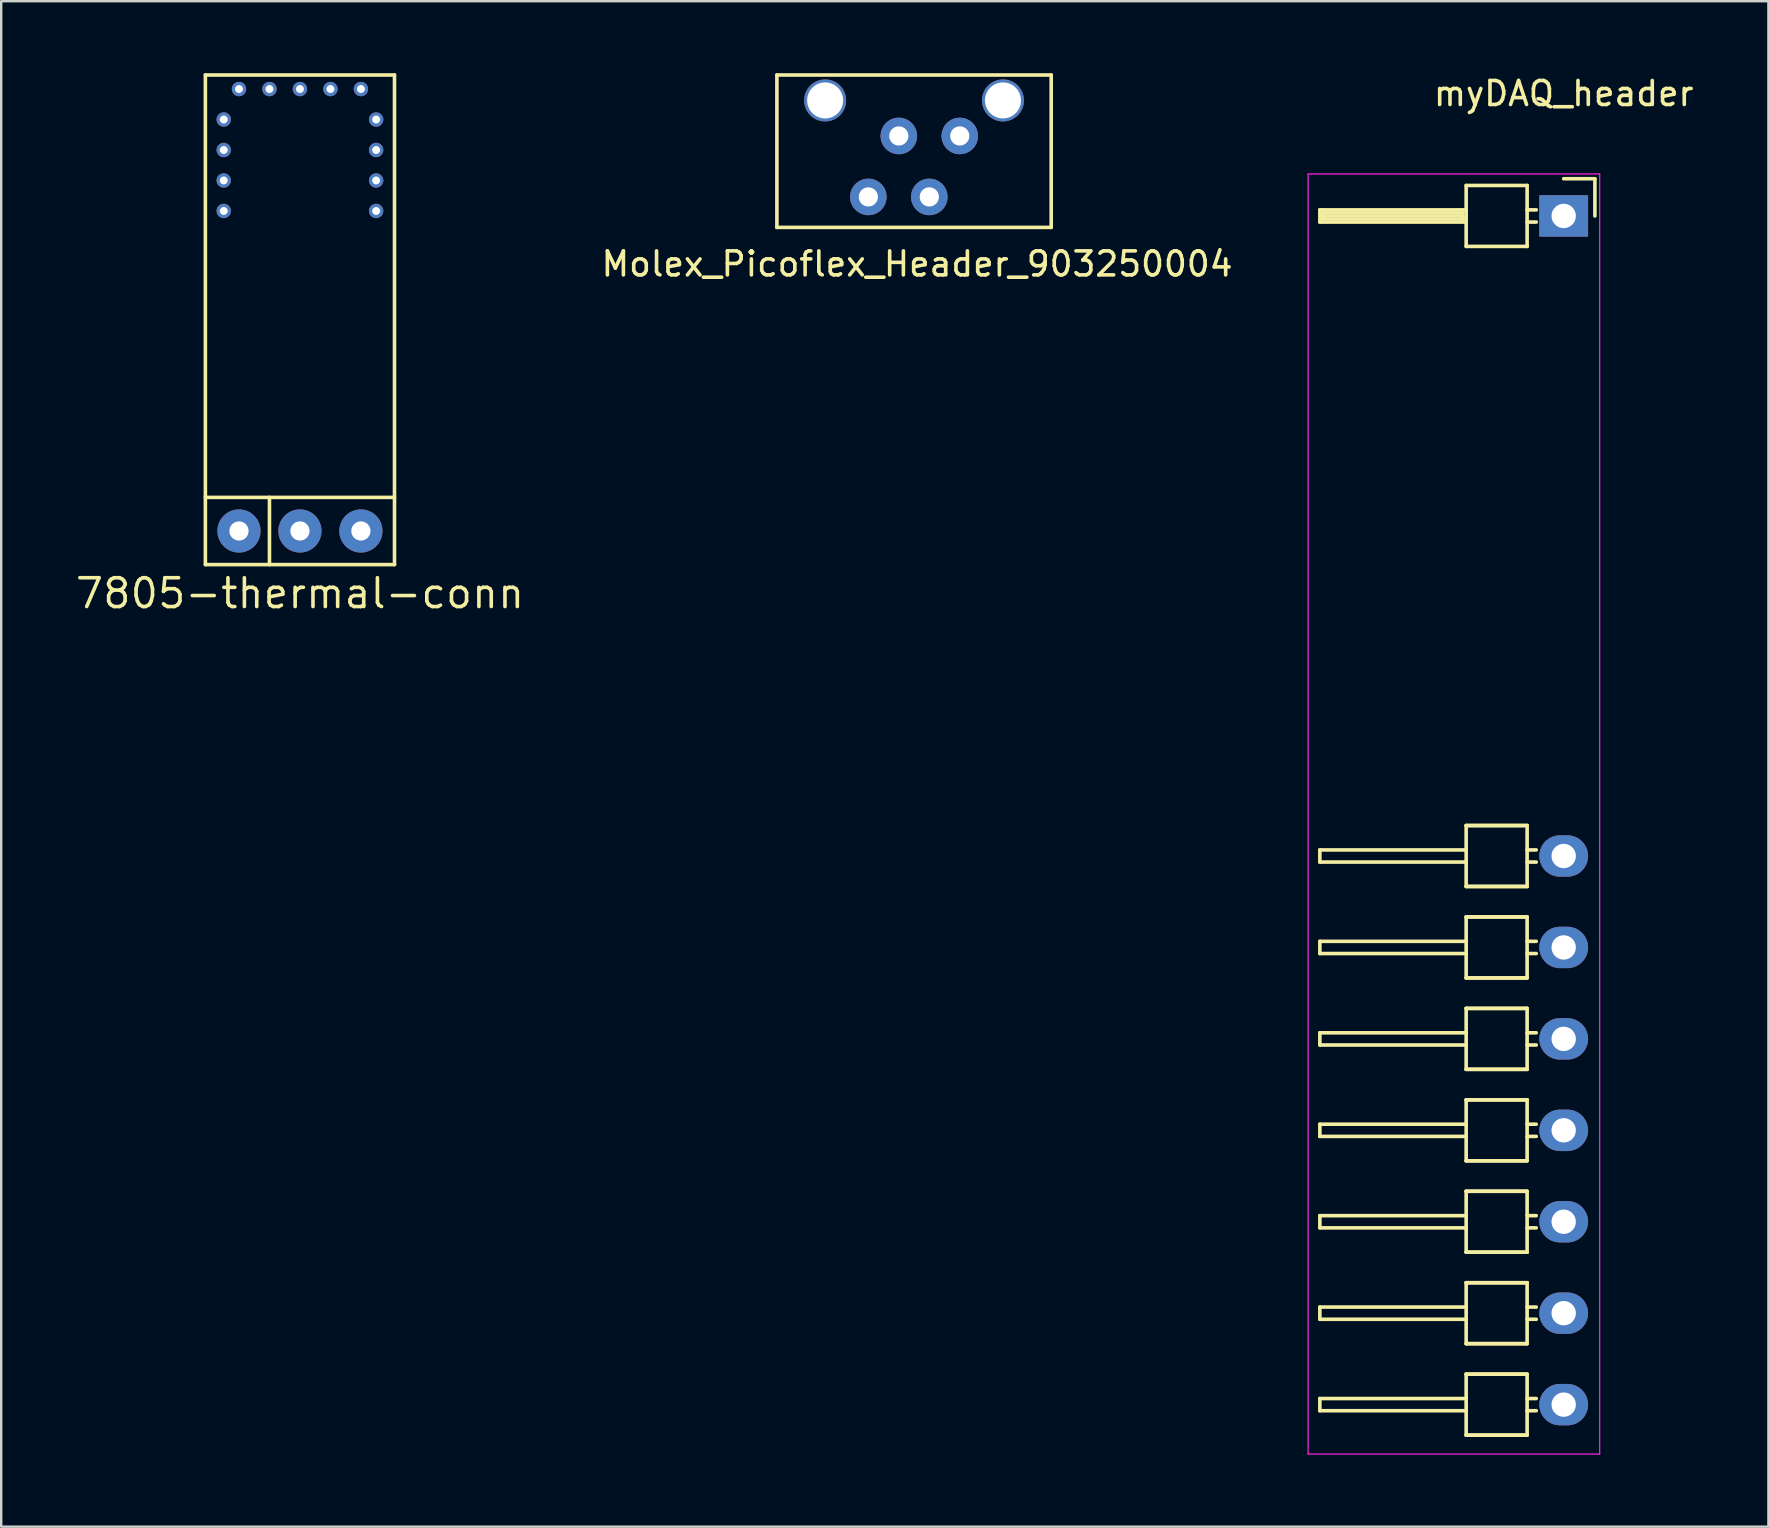
<source format=kicad_pcb>
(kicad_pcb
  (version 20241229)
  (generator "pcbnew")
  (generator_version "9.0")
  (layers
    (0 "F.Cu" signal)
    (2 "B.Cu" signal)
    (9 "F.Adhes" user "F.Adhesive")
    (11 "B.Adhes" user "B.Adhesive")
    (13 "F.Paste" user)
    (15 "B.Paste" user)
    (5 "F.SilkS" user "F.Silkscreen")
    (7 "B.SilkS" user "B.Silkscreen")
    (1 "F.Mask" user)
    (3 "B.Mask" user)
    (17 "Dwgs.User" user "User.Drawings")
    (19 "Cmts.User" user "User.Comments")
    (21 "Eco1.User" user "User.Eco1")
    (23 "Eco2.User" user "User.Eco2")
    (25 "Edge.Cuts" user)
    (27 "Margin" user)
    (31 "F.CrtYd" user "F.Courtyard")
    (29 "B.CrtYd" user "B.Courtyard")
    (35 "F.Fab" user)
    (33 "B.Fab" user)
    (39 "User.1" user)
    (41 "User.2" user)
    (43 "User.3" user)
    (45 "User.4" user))
  (footprint "7805-thermal-conn"
    (layer "F.Cu")
    (at 9.448 19.075)
    (property "Reference" "7805-thermal-conn" (at 0 2.6 0) (layer "F.SilkS") (effects (font (size 1.2 1.2) (thickness 0.15))))
    (attr through_hole)
    (fp_line (start -3.94 -19) (end 3.94 -19) (stroke (width 0.15) (type solid)) (layer "F.SilkS"))
    (fp_line (start -3.94 1.4) (end -3.94 -19) (stroke (width 0.15) (type solid)) (layer "F.SilkS"))
    (fp_line (start -1.27 -1.4) (end -1.27 1.4) (stroke (width 0.15) (type solid)) (layer "F.SilkS"))
    (fp_line (start 3.94 -19) (end 3.94 1.4) (stroke (width 0.15) (type solid)) (layer "F.SilkS"))
    (fp_line (start 3.94 -1.4) (end -3.94 -1.4) (stroke (width 0.15) (type solid)) (layer "F.SilkS"))
    (fp_line (start 3.94 1.4) (end -3.94 1.4) (stroke (width 0.15) (type solid)) (layer "F.SilkS"))
    (pad "1" thru_hole circle (at -2.54 0) (size 1.8 1.8) (drill 0.8) (layers "*.Cu" "*.Mask"))
    (pad "2" thru_hole circle (at -3.175 -17.145) (size 0.6 0.6) (drill 0.33) (layers "*.Cu" "*.Mask"))
    (pad "2" thru_hole circle (at -3.175 -15.875) (size 0.6 0.6) (drill 0.33) (layers "*.Cu" "*.Mask"))
    (pad "2" thru_hole circle (at -3.175 -14.605) (size 0.6 0.6) (drill 0.33) (layers "*.Cu" "*.Mask"))
    (pad "2" thru_hole circle (at -3.175 -13.335) (size 0.6 0.6) (drill 0.33) (layers "*.Cu" "*.Mask"))
    (pad "2" thru_hole circle (at -2.54 -18.415) (size 0.6 0.6) (drill 0.33) (layers "*.Cu" "*.Mask"))
    (pad "2" thru_hole circle (at -1.27 -18.415) (size 0.6 0.6) (drill 0.33) (layers "*.Cu" "*.Mask"))
    (pad "2" thru_hole circle (at 0 -18.415) (size 0.6 0.6) (drill 0.33) (layers "*.Cu" "*.Mask"))
    (pad "2" thru_hole circle (at 0 0) (size 1.8 1.8) (drill 0.8) (layers "*.Cu" "*.Mask"))
    (pad "2" thru_hole circle (at 1.27 -18.415) (size 0.6 0.6) (drill 0.33) (layers "*.Cu" "*.Mask"))
    (pad "2" thru_hole circle (at 2.54 -18.415) (size 0.6 0.6) (drill 0.33) (layers "*.Cu" "*.Mask"))
    (pad "2" thru_hole circle (at 3.175 -17.145) (size 0.6 0.6) (drill 0.33) (layers "*.Cu" "*.Mask"))
    (pad "2" thru_hole circle (at 3.175 -15.875) (size 0.6 0.6) (drill 0.33) (layers "*.Cu" "*.Mask"))
    (pad "2" thru_hole circle (at 3.175 -14.605) (size 0.6 0.6) (drill 0.33) (layers "*.Cu" "*.Mask"))
    (pad "2" thru_hole circle (at 3.175 -13.335) (size 0.6 0.6) (drill 0.33) (layers "*.Cu" "*.Mask"))
    (pad "3" thru_hole circle (at 2.54 0) (size 1.8 1.8) (drill 0.8) (layers "*.Cu" "*.Mask")))
  (footprint "myDAQ_header"
    (layer "F.Cu")
    (at 62.106 5.948)
    (property "Reference" "myDAQ_header" (at 0 -5.1 0) (layer "F.SilkS") (effects (font (size 1 1) (thickness 0.15))))
    (attr through_hole)
    (fp_line (start -10.16 -0.254) (end -10.16 0.254) (stroke (width 0.15) (type solid)) (layer "F.SilkS"))
    (fp_line (start -10.16 0.254) (end -4.064 0.254) (stroke (width 0.15) (type solid)) (layer "F.SilkS"))
    (fp_line (start -10.16 26.416) (end -10.16 26.924) (stroke (width 0.15) (type solid)) (layer "F.SilkS"))
    (fp_line (start -10.16 26.924) (end -4.064 26.924) (stroke (width 0.15) (type solid)) (layer "F.SilkS"))
    (fp_line (start -10.16 30.226) (end -10.16 30.734) (stroke (width 0.15) (type solid)) (layer "F.SilkS"))
    (fp_line (start -10.16 30.734) (end -4.064 30.734) (stroke (width 0.15) (type solid)) (layer "F.SilkS"))
    (fp_line (start -10.16 34.036) (end -10.16 34.544) (stroke (width 0.15) (type solid)) (layer "F.SilkS"))
    (fp_line (start -10.16 34.544) (end -4.064 34.544) (stroke (width 0.15) (type solid)) (layer "F.SilkS"))
    (fp_line (start -10.16 37.846) (end -10.16 38.354) (stroke (width 0.15) (type solid)) (layer "F.SilkS"))
    (fp_line (start -10.16 38.354) (end -4.064 38.354) (stroke (width 0.15) (type solid)) (layer "F.SilkS"))
    (fp_line (start -10.16 41.656) (end -10.16 42.164) (stroke (width 0.15) (type solid)) (layer "F.SilkS"))
    (fp_line (start -10.16 42.164) (end -4.064 42.164) (stroke (width 0.15) (type solid)) (layer "F.SilkS"))
    (fp_line (start -10.16 45.466) (end -10.16 45.974) (stroke (width 0.15) (type solid)) (layer "F.SilkS"))
    (fp_line (start -10.16 45.974) (end -4.064 45.974) (stroke (width 0.15) (type solid)) (layer "F.SilkS"))
    (fp_line (start -10.16 49.276) (end -10.16 49.784) (stroke (width 0.15) (type solid)) (layer "F.SilkS"))
    (fp_line (start -10.16 49.784) (end -4.064 49.784) (stroke (width 0.15) (type solid)) (layer "F.SilkS"))
    (fp_line (start -10.033 -0.127) (end -10.033 0.127) (stroke (width 0.15) (type solid)) (layer "F.SilkS"))
    (fp_line (start -10.033 0.127) (end -4.191 0.127) (stroke (width 0.15) (type solid)) (layer "F.SilkS"))
    (fp_line (start -4.191 -0.127) (end -10.033 -0.127) (stroke (width 0.15) (type solid)) (layer "F.SilkS"))
    (fp_line (start -4.191 0) (end -10.033 0) (stroke (width 0.15) (type solid)) (layer "F.SilkS"))
    (fp_line (start -4.191 0.127) (end -4.191 0) (stroke (width 0.15) (type solid)) (layer "F.SilkS"))
    (fp_line (start -4.064 -0.254) (end -10.16 -0.254) (stroke (width 0.15) (type solid)) (layer "F.SilkS"))
    (fp_line (start -4.064 1.27) (end -4.064 -1.27) (stroke (width 0.15) (type solid)) (layer "F.SilkS"))
    (fp_line (start -4.064 26.416) (end -10.16 26.416) (stroke (width 0.15) (type solid)) (layer "F.SilkS"))
    (fp_line (start -4.064 27.94) (end -4.064 25.4) (stroke (width 0.15) (type solid)) (layer "F.SilkS"))
    (fp_line (start -4.064 30.226) (end -10.16 30.226) (stroke (width 0.15) (type solid)) (layer "F.SilkS"))
    (fp_line (start -4.064 31.75) (end -4.064 29.21) (stroke (width 0.15) (type solid)) (layer "F.SilkS"))
    (fp_line (start -4.064 34.036) (end -10.16 34.036) (stroke (width 0.15) (type solid)) (layer "F.SilkS"))
    (fp_line (start -4.064 35.56) (end -4.064 33.02) (stroke (width 0.15) (type solid)) (layer "F.SilkS"))
    (fp_line (start -4.064 37.846) (end -10.16 37.846) (stroke (width 0.15) (type solid)) (layer "F.SilkS"))
    (fp_line (start -4.064 39.37) (end -4.064 36.83) (stroke (width 0.15) (type solid)) (layer "F.SilkS"))
    (fp_line (start -4.064 41.656) (end -10.16 41.656) (stroke (width 0.15) (type solid)) (layer "F.SilkS"))
    (fp_line (start -4.064 43.18) (end -4.064 40.64) (stroke (width 0.15) (type solid)) (layer "F.SilkS"))
    (fp_line (start -4.064 45.466) (end -10.16 45.466) (stroke (width 0.15) (type solid)) (layer "F.SilkS"))
    (fp_line (start -4.064 46.99) (end -4.064 44.45) (stroke (width 0.15) (type solid)) (layer "F.SilkS"))
    (fp_line (start -4.064 49.276) (end -10.16 49.276) (stroke (width 0.15) (type solid)) (layer "F.SilkS"))
    (fp_line (start -4.064 50.8) (end -4.064 48.26) (stroke (width 0.15) (type solid)) (layer "F.SilkS"))
    (fp_line (start -1.524 -1.27) (end -4.064 -1.27) (stroke (width 0.15) (type solid)) (layer "F.SilkS"))
    (fp_line (start -1.524 -1.27) (end -1.524 1.27) (stroke (width 0.15) (type solid)) (layer "F.SilkS"))
    (fp_line (start -1.524 -0.254) (end -1.143 -0.254) (stroke (width 0.15) (type solid)) (layer "F.SilkS"))
    (fp_line (start -1.524 0.254) (end -1.143 0.254) (stroke (width 0.15) (type solid)) (layer "F.SilkS"))
    (fp_line (start -1.524 1.27) (end -4.064 1.27) (stroke (width 0.15) (type solid)) (layer "F.SilkS"))
    (fp_line (start -1.524 25.4) (end -4.064 25.4) (stroke (width 0.15) (type solid)) (layer "F.SilkS"))
    (fp_line (start -1.524 25.4) (end -4.064 25.4) (stroke (width 0.15) (type solid)) (layer "F.SilkS"))
    (fp_line (start -1.524 25.4) (end -1.524 27.94) (stroke (width 0.15) (type solid)) (layer "F.SilkS"))
    (fp_line (start -1.524 26.416) (end -1.143 26.416) (stroke (width 0.15) (type solid)) (layer "F.SilkS"))
    (fp_line (start -1.524 26.924) (end -1.143 26.924) (stroke (width 0.15) (type solid)) (layer "F.SilkS"))
    (fp_line (start -1.524 27.94) (end -4.064 27.94) (stroke (width 0.15) (type solid)) (layer "F.SilkS"))
    (fp_line (start -1.524 27.94) (end -4.064 27.94) (stroke (width 0.15) (type solid)) (layer "F.SilkS"))
    (fp_line (start -1.524 29.21) (end -4.064 29.21) (stroke (width 0.15) (type solid)) (layer "F.SilkS"))
    (fp_line (start -1.524 29.21) (end -4.064 29.21) (stroke (width 0.15) (type solid)) (layer "F.SilkS"))
    (fp_line (start -1.524 29.21) (end -1.524 31.75) (stroke (width 0.15) (type solid)) (layer "F.SilkS"))
    (fp_line (start -1.524 30.226) (end -1.143 30.226) (stroke (width 0.15) (type solid)) (layer "F.SilkS"))
    (fp_line (start -1.524 30.734) (end -1.143 30.734) (stroke (width 0.15) (type solid)) (layer "F.SilkS"))
    (fp_line (start -1.524 31.75) (end -4.064 31.75) (stroke (width 0.15) (type solid)) (layer "F.SilkS"))
    (fp_line (start -1.524 31.75) (end -4.064 31.75) (stroke (width 0.15) (type solid)) (layer "F.SilkS"))
    (fp_line (start -1.524 33.02) (end -4.064 33.02) (stroke (width 0.15) (type solid)) (layer "F.SilkS"))
    (fp_line (start -1.524 33.02) (end -4.064 33.02) (stroke (width 0.15) (type solid)) (layer "F.SilkS"))
    (fp_line (start -1.524 33.02) (end -1.524 35.56) (stroke (width 0.15) (type solid)) (layer "F.SilkS"))
    (fp_line (start -1.524 34.036) (end -1.143 34.036) (stroke (width 0.15) (type solid)) (layer "F.SilkS"))
    (fp_line (start -1.524 34.544) (end -1.143 34.544) (stroke (width 0.15) (type solid)) (layer "F.SilkS"))
    (fp_line (start -1.524 35.56) (end -4.064 35.56) (stroke (width 0.15) (type solid)) (layer "F.SilkS"))
    (fp_line (start -1.524 35.56) (end -4.064 35.56) (stroke (width 0.15) (type solid)) (layer "F.SilkS"))
    (fp_line (start -1.524 36.83) (end -4.064 36.83) (stroke (width 0.15) (type solid)) (layer "F.SilkS"))
    (fp_line (start -1.524 36.83) (end -4.064 36.83) (stroke (width 0.15) (type solid)) (layer "F.SilkS"))
    (fp_line (start -1.524 36.83) (end -1.524 39.37) (stroke (width 0.15) (type solid)) (layer "F.SilkS"))
    (fp_line (start -1.524 37.846) (end -1.143 37.846) (stroke (width 0.15) (type solid)) (layer "F.SilkS"))
    (fp_line (start -1.524 38.354) (end -1.143 38.354) (stroke (width 0.15) (type solid)) (layer "F.SilkS"))
    (fp_line (start -1.524 39.37) (end -4.064 39.37) (stroke (width 0.15) (type solid)) (layer "F.SilkS"))
    (fp_line (start -1.524 39.37) (end -4.064 39.37) (stroke (width 0.15) (type solid)) (layer "F.SilkS"))
    (fp_line (start -1.524 40.64) (end -4.064 40.64) (stroke (width 0.15) (type solid)) (layer "F.SilkS"))
    (fp_line (start -1.524 40.64) (end -4.064 40.64) (stroke (width 0.15) (type solid)) (layer "F.SilkS"))
    (fp_line (start -1.524 40.64) (end -1.524 43.18) (stroke (width 0.15) (type solid)) (layer "F.SilkS"))
    (fp_line (start -1.524 41.656) (end -1.143 41.656) (stroke (width 0.15) (type solid)) (layer "F.SilkS"))
    (fp_line (start -1.524 42.164) (end -1.143 42.164) (stroke (width 0.15) (type solid)) (layer "F.SilkS"))
    (fp_line (start -1.524 43.18) (end -4.064 43.18) (stroke (width 0.15) (type solid)) (layer "F.SilkS"))
    (fp_line (start -1.524 43.18) (end -4.064 43.18) (stroke (width 0.15) (type solid)) (layer "F.SilkS"))
    (fp_line (start -1.524 44.45) (end -4.064 44.45) (stroke (width 0.15) (type solid)) (layer "F.SilkS"))
    (fp_line (start -1.524 44.45) (end -4.064 44.45) (stroke (width 0.15) (type solid)) (layer "F.SilkS"))
    (fp_line (start -1.524 44.45) (end -1.524 46.99) (stroke (width 0.15) (type solid)) (layer "F.SilkS"))
    (fp_line (start -1.524 45.466) (end -1.143 45.466) (stroke (width 0.15) (type solid)) (layer "F.SilkS"))
    (fp_line (start -1.524 45.974) (end -1.143 45.974) (stroke (width 0.15) (type solid)) (layer "F.SilkS"))
    (fp_line (start -1.524 46.99) (end -4.064 46.99) (stroke (width 0.15) (type solid)) (layer "F.SilkS"))
    (fp_line (start -1.524 46.99) (end -4.064 46.99) (stroke (width 0.15) (type solid)) (layer "F.SilkS"))
    (fp_line (start -1.524 48.26) (end -4.064 48.26) (stroke (width 0.15) (type solid)) (layer "F.SilkS"))
    (fp_line (start -1.524 48.26) (end -4.064 48.26) (stroke (width 0.15) (type solid)) (layer "F.SilkS"))
    (fp_line (start -1.524 48.26) (end -1.524 50.8) (stroke (width 0.15) (type solid)) (layer "F.SilkS"))
    (fp_line (start -1.524 49.276) (end -1.143 49.276) (stroke (width 0.15) (type solid)) (layer "F.SilkS"))
    (fp_line (start -1.524 49.784) (end -1.143 49.784) (stroke (width 0.15) (type solid)) (layer "F.SilkS"))
    (fp_line (start -1.524 50.8) (end -4.064 50.8) (stroke (width 0.15) (type solid)) (layer "F.SilkS"))
    (fp_line (start -1.524 50.8) (end -4.064 50.8) (stroke (width 0.15) (type solid)) (layer "F.SilkS"))
    (fp_line (start 0 -1.55) (end 1.3 -1.55) (stroke (width 0.15) (type solid)) (layer "F.SilkS"))
    (fp_line (start 1.3 -1.55) (end 1.3 0) (stroke (width 0.15) (type solid)) (layer "F.SilkS"))
    (fp_line (start -10.65 -1.75) (end -10.65 51.59) (stroke (width 0.05) (type solid)) (layer "F.CrtYd"))
    (fp_line (start 1.5 -1.75) (end -10.65 -1.75) (stroke (width 0.05) (type solid)) (layer "F.CrtYd"))
    (fp_line (start 1.5 -1.75) (end 1.5 51.59) (stroke (width 0.05) (type solid)) (layer "F.CrtYd"))
    (fp_line (start 1.5 51.59) (end -10.65 51.59) (stroke (width 0.05) (type solid)) (layer "F.CrtYd"))
    (pad "1" thru_hole rect (at 0 0) (size 2.032 1.727) (drill 1.016) (layers "*.Cu" "*.Mask"))
    (pad "2" thru_hole oval (at 0 26.67) (size 2.032 1.727) (drill 1.016) (layers "*.Cu" "*.Mask"))
    (pad "3" thru_hole oval (at 0 30.48) (size 2.032 1.727) (drill 1.016) (layers "*.Cu" "*.Mask"))
    (pad "4" thru_hole oval (at 0 34.29) (size 2.032 1.727) (drill 1.016) (layers "*.Cu" "*.Mask"))
    (pad "5" thru_hole oval (at 0 38.1) (size 2.032 1.727) (drill 1.016) (layers "*.Cu" "*.Mask"))
    (pad "6" thru_hole oval (at 0 41.91) (size 2.032 1.727) (drill 1.016) (layers "*.Cu" "*.Mask"))
    (pad "7" thru_hole oval (at 0 45.72) (size 2.032 1.727) (drill 1.016) (layers "*.Cu" "*.Mask"))
    (pad "8" thru_hole oval (at 0 49.53) (size 2.032 1.727) (drill 1.016) (layers "*.Cu" "*.Mask")))
  (footprint "Molex_Picoflex_Header_903250004"
    (layer "F.Cu")
    (at 34.402 3.885)
    (property "Reference" "Molex_Picoflex_Header_903250004" (at 0.762 4.064 0) (layer "F.SilkS") (effects (font (size 1 1) (thickness 0.15))))
    (attr through_hole)
    (fp_line (start -5.08 -3.81) (end 6.35 -3.81) (stroke (width 0.15) (type solid)) (layer "F.SilkS"))
    (fp_line (start -5.08 2.54) (end -5.08 -3.81) (stroke (width 0.15) (type solid)) (layer "F.SilkS"))
    (fp_line (start 6.35 -3.81) (end 6.35 2.54) (stroke (width 0.15) (type solid)) (layer "F.SilkS"))
    (fp_line (start 6.35 2.54) (end -5.08 2.54) (stroke (width 0.15) (type solid)) (layer "F.SilkS"))
    (pad "1" thru_hole circle (at -1.27 1.27) (size 1.524 1.524) (drill 0.8) (layers "*.Cu" "*.Mask"))
    (pad "2" thru_hole circle (at 0 -1.27) (size 1.524 1.524) (drill 0.8) (layers "*.Cu" "*.Mask"))
    (pad "3" thru_hole circle (at 1.27 1.27) (size 1.524 1.524) (drill 0.8) (layers "*.Cu" "*.Mask"))
    (pad "4" thru_hole circle (at 2.54 -1.27) (size 1.524 1.524) (drill 0.8) (layers "*.Cu" "*.Mask"))
    (pad "~" thru_hole circle (at -3.07 -2.75) (size 1.75 1.75) (drill 1.5) (layers "*.Cu" "*.Mask"))
    (pad "~" thru_hole circle (at 4.34 -2.75) (size 1.75 1.75) (drill 1.5) (layers "*.Cu" "*.Mask")))
  (gr_rect
    (start -3 -3)
    (end 70.636 60.563)
    (stroke (width 0.1) (type default))
    (fill no)
    (layer "Edge.Cuts")))
</source>
